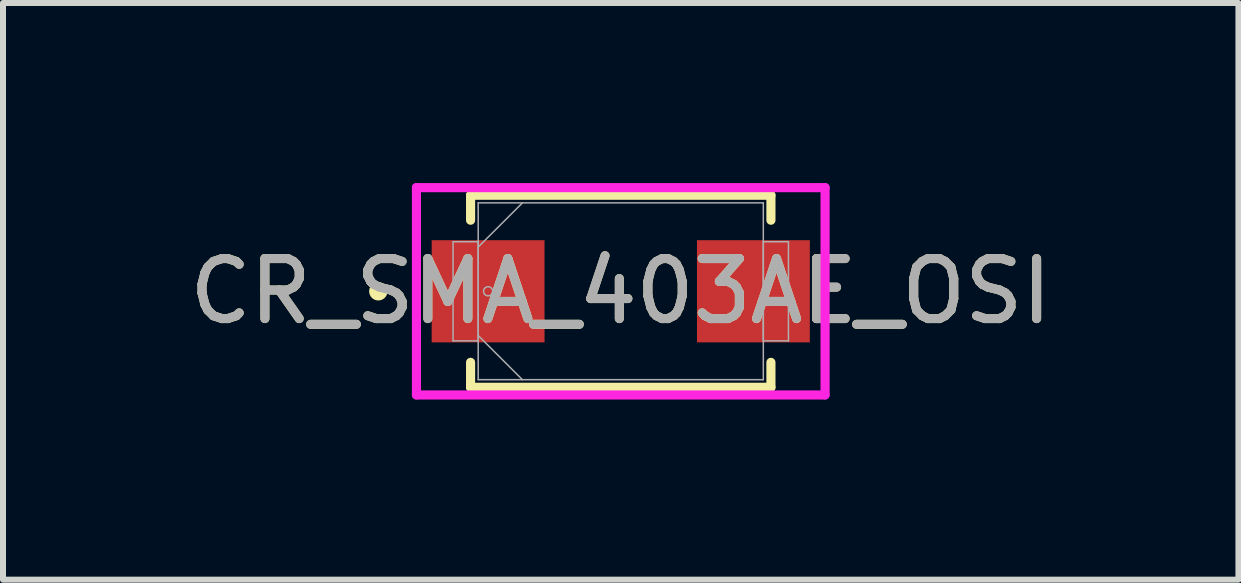
<source format=kicad_pcb>
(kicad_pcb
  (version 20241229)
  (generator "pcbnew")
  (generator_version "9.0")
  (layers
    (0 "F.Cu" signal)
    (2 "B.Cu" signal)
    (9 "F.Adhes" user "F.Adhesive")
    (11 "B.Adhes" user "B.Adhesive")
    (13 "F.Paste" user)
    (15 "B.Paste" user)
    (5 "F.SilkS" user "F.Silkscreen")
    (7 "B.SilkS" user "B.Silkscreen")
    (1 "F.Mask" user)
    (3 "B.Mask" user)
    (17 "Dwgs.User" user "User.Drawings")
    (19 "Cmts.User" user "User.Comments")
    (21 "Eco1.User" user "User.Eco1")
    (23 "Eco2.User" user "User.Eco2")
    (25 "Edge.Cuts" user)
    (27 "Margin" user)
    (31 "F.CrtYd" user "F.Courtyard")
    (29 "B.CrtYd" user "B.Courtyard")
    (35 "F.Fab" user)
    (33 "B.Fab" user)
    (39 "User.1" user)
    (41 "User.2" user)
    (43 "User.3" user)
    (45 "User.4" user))
  (footprint "CR_SMA_403AE_OSI"
    (layer "F.Cu")
    (at 7.292 1.803)
    (property "Reference" "CR_SMA_403AE_OSI" (at 0 0 0) (unlocked yes) (layer "F.SilkS") (effects (font (size 1 1) (thickness 0.15))))
    (attr smd)
    (fp_line (start -2.502 -1.6) (end -2.502 -1.184) (stroke (width 0.152) (type solid)) (layer "F.SilkS"))
    (fp_line (start -2.502 1.184) (end -2.502 1.6) (stroke (width 0.152) (type solid)) (layer "F.SilkS"))
    (fp_line (start -2.502 1.6) (end 2.502 1.6) (stroke (width 0.152) (type solid)) (layer "F.SilkS"))
    (fp_line (start 2.502 -1.6) (end -2.502 -1.6) (stroke (width 0.152) (type solid)) (layer "F.SilkS"))
    (fp_line (start 2.502 -1.184) (end 2.502 -1.6) (stroke (width 0.152) (type solid)) (layer "F.SilkS"))
    (fp_line (start 2.502 1.6) (end 2.502 1.184) (stroke (width 0.152) (type solid)) (layer "F.SilkS"))
    (fp_circle (center -4.039 0) (end -3.962 0) (stroke (width 0.152) (type solid)) (fill no) (layer "F.SilkS"))
    (fp_line (start -3.404 -1.727) (end 3.404 -1.727) (stroke (width 0.152) (type solid)) (layer "F.CrtYd"))
    (fp_line (start -3.404 1.727) (end -3.404 -1.727) (stroke (width 0.152) (type solid)) (layer "F.CrtYd"))
    (fp_line (start 3.404 -1.727) (end 3.404 1.727) (stroke (width 0.152) (type solid)) (layer "F.CrtYd"))
    (fp_line (start 3.404 1.727) (end -3.404 1.727) (stroke (width 0.152) (type solid)) (layer "F.CrtYd"))
    (fp_line (start -2.794 -0.826) (end -2.794 0.826) (stroke (width 0.025) (type solid)) (layer "F.Fab"))
    (fp_line (start -2.794 0.826) (end -2.375 0.826) (stroke (width 0.025) (type solid)) (layer "F.Fab"))
    (fp_line (start -2.375 -1.473) (end -2.375 1.473) (stroke (width 0.025) (type solid)) (layer "F.Fab"))
    (fp_line (start -2.375 -0.826) (end -2.794 -0.826) (stroke (width 0.025) (type solid)) (layer "F.Fab"))
    (fp_line (start -2.375 -0.737) (end -1.638 -1.473) (stroke (width 0.025) (type solid)) (layer "F.Fab"))
    (fp_line (start -2.375 0.737) (end -1.638 1.473) (stroke (width 0.025) (type solid)) (layer "F.Fab"))
    (fp_line (start -2.375 0.826) (end -2.375 -0.826) (stroke (width 0.025) (type solid)) (layer "F.Fab"))
    (fp_line (start -2.375 1.473) (end 2.375 1.473) (stroke (width 0.025) (type solid)) (layer "F.Fab"))
    (fp_line (start 2.375 -1.473) (end -2.375 -1.473) (stroke (width 0.025) (type solid)) (layer "F.Fab"))
    (fp_line (start 2.375 -0.826) (end 2.375 0.826) (stroke (width 0.025) (type solid)) (layer "F.Fab"))
    (fp_line (start 2.375 0.826) (end 2.794 0.826) (stroke (width 0.025) (type solid)) (layer "F.Fab"))
    (fp_line (start 2.375 1.473) (end 2.375 -1.473) (stroke (width 0.025) (type solid)) (layer "F.Fab"))
    (fp_line (start 2.794 -0.826) (end 2.375 -0.826) (stroke (width 0.025) (type solid)) (layer "F.Fab"))
    (fp_line (start 2.794 0.826) (end 2.794 -0.826) (stroke (width 0.025) (type solid)) (layer "F.Fab"))
    (fp_circle (center -2.21 0) (end -2.134 0) (stroke (width 0.025) (type solid)) (fill no) (layer "F.Fab"))
    (fp_text user "${REFERENCE}" (at 0 0 0) (unlocked yes) (layer "F.Fab") (effects (font (size 1 1) (thickness 0.15))))
    (pad "1" smd rect (at -2.21 0) (size 1.88 1.702) (layers "F.Cu" "F.Mask" "F.Paste"))
    (pad "2" smd rect (at 2.21 0) (size 1.88 1.702) (layers "F.Cu" "F.Mask" "F.Paste"))
    (zone (net_name "") (layer "F.Cu") (hatch full 0.508) (connect_pads) (min_thickness 0.254) (filled_areas_thickness no) (keepout (tracks not_allowed) (vias not_allowed) (pads allowed) (copperpour not_allowed) (footprints allowed)) (placement (enabled no)) (fill) (polygon (pts (xy 6.072 0.381) (xy 8.511 0.381) (xy 8.511 3.226) (xy 6.072 3.226)))))
  (gr_rect
    (start -3 -3)
    (end 17.583 6.607)
    (stroke (width 0.1) (type default))
    (fill no)
    (layer "Edge.Cuts")))
</source>
